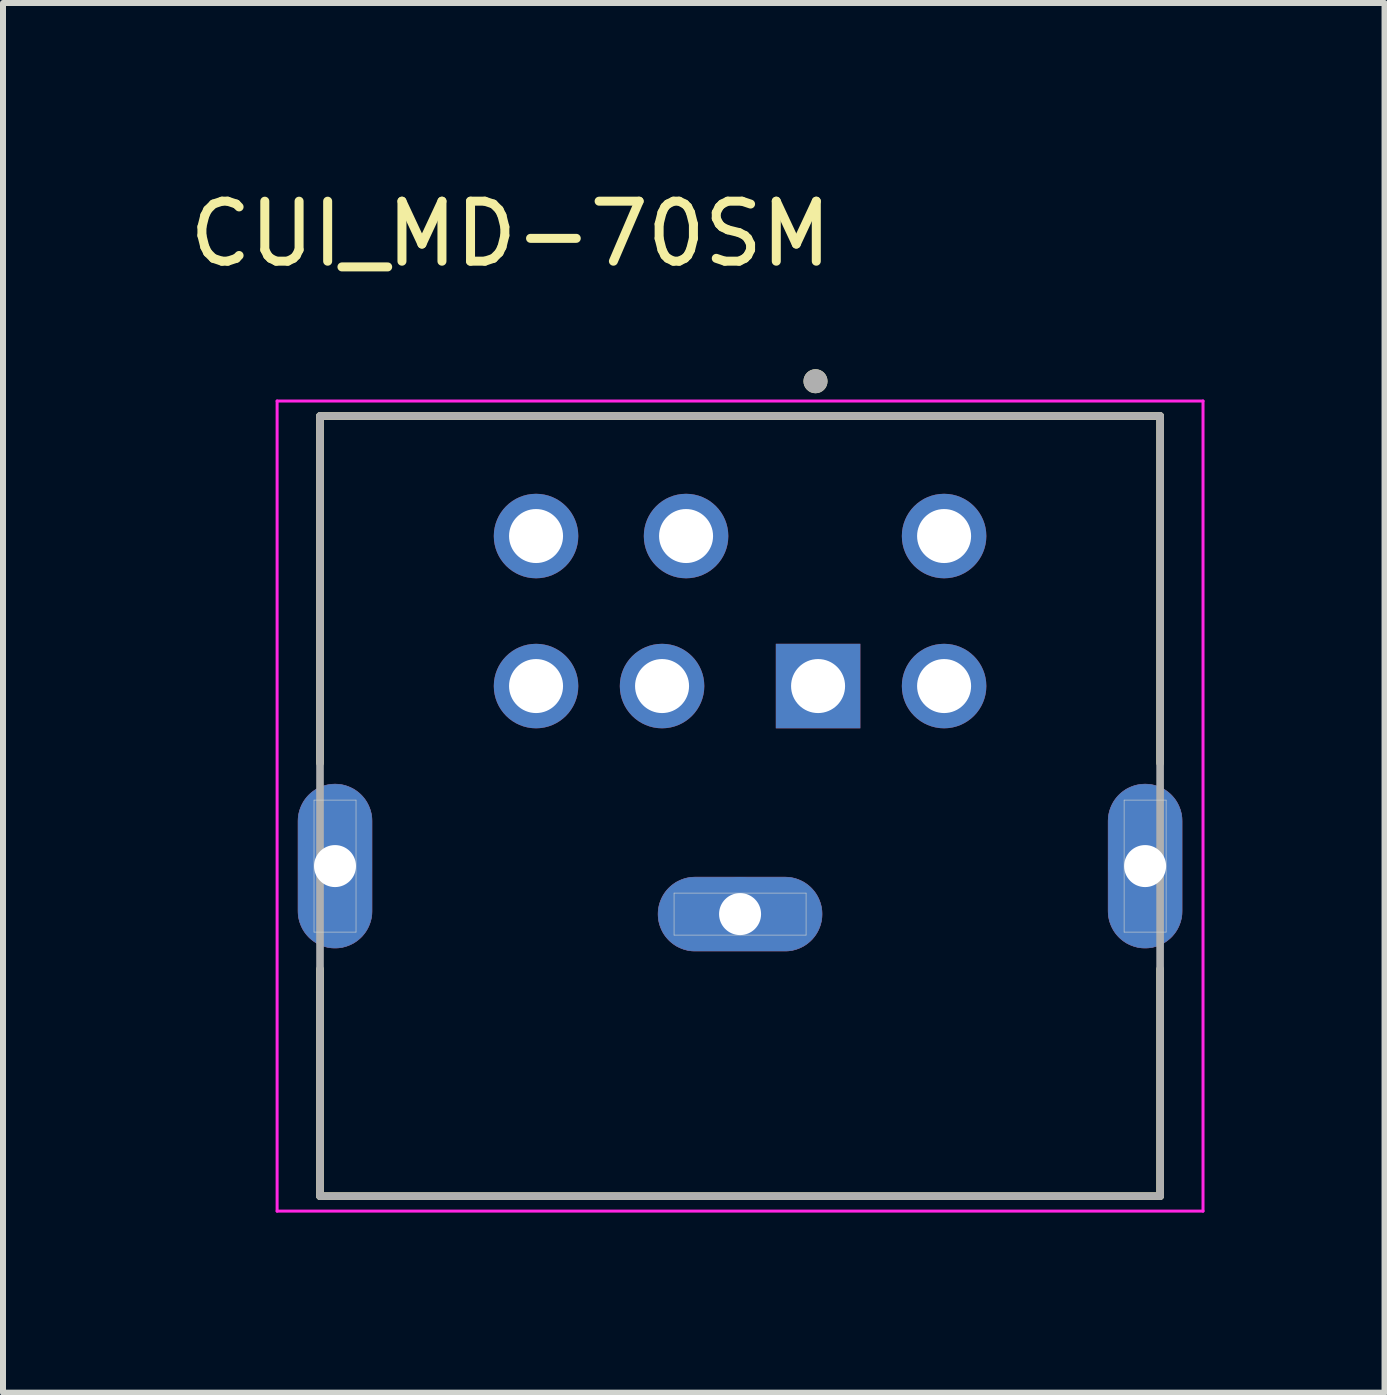
<source format=kicad_pcb>
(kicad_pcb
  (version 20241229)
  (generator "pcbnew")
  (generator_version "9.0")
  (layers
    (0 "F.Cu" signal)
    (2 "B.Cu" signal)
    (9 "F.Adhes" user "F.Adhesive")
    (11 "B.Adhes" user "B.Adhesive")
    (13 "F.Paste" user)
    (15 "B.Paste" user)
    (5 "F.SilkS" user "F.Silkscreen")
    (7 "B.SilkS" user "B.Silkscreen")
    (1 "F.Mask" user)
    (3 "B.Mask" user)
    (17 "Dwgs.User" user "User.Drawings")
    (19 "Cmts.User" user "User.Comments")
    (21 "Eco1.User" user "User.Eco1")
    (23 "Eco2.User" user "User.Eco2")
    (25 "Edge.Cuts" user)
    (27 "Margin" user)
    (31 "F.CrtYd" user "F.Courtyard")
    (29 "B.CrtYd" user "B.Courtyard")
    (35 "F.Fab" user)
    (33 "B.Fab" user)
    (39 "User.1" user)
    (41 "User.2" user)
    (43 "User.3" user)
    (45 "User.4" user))
  (footprint "CUI_MD-70SM"
    (layer "F.Cu")
    (at 9.283 12.183)
    (property "Reference" "CUI_MD-70SM" (at -3.825 -11.335 0) (layer "F.SilkS") (effects (font (size 1 1) (thickness 0.15))))
    (attr through_hole)
    (fp_poly (pts (xy -6.135 -1.55) (xy -6.135 -0.05) (xy -6.136 -0.018) (xy -6.138 0.014) (xy -6.143 0.046) (xy -6.148 0.078) (xy -6.156 0.109) (xy -6.165 0.14) (xy -6.176 0.17) (xy -6.188 0.2) (xy -6.202 0.229) (xy -6.217 0.257) (xy -6.234 0.285) (xy -6.252 0.311) (xy -6.272 0.337) (xy -6.293 0.362) (xy -6.315 0.385) (xy -6.338 0.407) (xy -6.363 0.428) (xy -6.389 0.448) (xy -6.415 0.466) (xy -6.442 0.483) (xy -6.471 0.498) (xy -6.5 0.512) (xy -6.53 0.524) (xy -6.56 0.535) (xy -6.591 0.544) (xy -6.622 0.552) (xy -6.654 0.557) (xy -6.686 0.562) (xy -6.718 0.564) (xy -6.75 0.565) (xy -6.782 0.564) (xy -6.814 0.562) (xy -6.846 0.557) (xy -6.878 0.552) (xy -6.909 0.544) (xy -6.94 0.535) (xy -6.97 0.524) (xy -7 0.512) (xy -7.029 0.498) (xy -7.058 0.483) (xy -7.085 0.466) (xy -7.111 0.448) (xy -7.137 0.428) (xy -7.162 0.407) (xy -7.185 0.385) (xy -7.207 0.362) (xy -7.228 0.337) (xy -7.248 0.311) (xy -7.266 0.285) (xy -7.283 0.257) (xy -7.298 0.229) (xy -7.312 0.2) (xy -7.324 0.17) (xy -7.335 0.14) (xy -7.344 0.109) (xy -7.352 0.078) (xy -7.357 0.046) (xy -7.362 0.014) (xy -7.364 -0.018) (xy -7.365 -0.05) (xy -7.365 -1.55) (xy -7.364 -1.582) (xy -7.362 -1.614) (xy -7.357 -1.646) (xy -7.352 -1.678) (xy -7.344 -1.709) (xy -7.335 -1.74) (xy -7.324 -1.77) (xy -7.312 -1.8) (xy -7.298 -1.829) (xy -7.283 -1.857) (xy -7.266 -1.885) (xy -7.248 -1.911) (xy -7.228 -1.937) (xy -7.207 -1.962) (xy -7.185 -1.985) (xy -7.162 -2.007) (xy -7.137 -2.028) (xy -7.111 -2.048) (xy -7.085 -2.066) (xy -7.058 -2.083) (xy -7.029 -2.098) (xy -7 -2.112) (xy -6.97 -2.124) (xy -6.94 -2.135) (xy -6.909 -2.144) (xy -6.878 -2.152) (xy -6.846 -2.157) (xy -6.814 -2.162) (xy -6.782 -2.164) (xy -6.75 -2.165) (xy -6.718 -2.164) (xy -6.686 -2.162) (xy -6.654 -2.157) (xy -6.622 -2.152) (xy -6.591 -2.144) (xy -6.56 -2.135) (xy -6.53 -2.124) (xy -6.5 -2.112) (xy -6.471 -2.098) (xy -6.442 -2.083) (xy -6.415 -2.066) (xy -6.389 -2.048) (xy -6.363 -2.028) (xy -6.338 -2.007) (xy -6.315 -1.985) (xy -6.293 -1.962) (xy -6.272 -1.937) (xy -6.252 -1.911) (xy -6.234 -1.885) (xy -6.217 -1.857) (xy -6.202 -1.829) (xy -6.188 -1.8) (xy -6.176 -1.77) (xy -6.165 -1.74) (xy -6.156 -1.709) (xy -6.148 -1.678) (xy -6.143 -1.646) (xy -6.138 -1.614) (xy -6.136 -1.582) (xy -6.135 -1.55)) (stroke (width 0.01) (type solid)) (fill yes) (layer "F.Cu"))
    (fp_poly (pts (xy 7.365 -1.55) (xy 7.365 -0.05) (xy 7.364 -0.018) (xy 7.362 0.014) (xy 7.357 0.046) (xy 7.352 0.078) (xy 7.344 0.109) (xy 7.335 0.14) (xy 7.324 0.17) (xy 7.312 0.2) (xy 7.298 0.229) (xy 7.283 0.257) (xy 7.266 0.285) (xy 7.248 0.311) (xy 7.228 0.337) (xy 7.207 0.362) (xy 7.185 0.385) (xy 7.162 0.407) (xy 7.137 0.428) (xy 7.111 0.448) (xy 7.085 0.466) (xy 7.058 0.483) (xy 7.029 0.498) (xy 7 0.512) (xy 6.97 0.524) (xy 6.94 0.535) (xy 6.909 0.544) (xy 6.878 0.552) (xy 6.846 0.557) (xy 6.814 0.562) (xy 6.782 0.564) (xy 6.75 0.565) (xy 6.718 0.564) (xy 6.686 0.562) (xy 6.654 0.557) (xy 6.622 0.552) (xy 6.591 0.544) (xy 6.56 0.535) (xy 6.53 0.524) (xy 6.5 0.512) (xy 6.471 0.498) (xy 6.442 0.483) (xy 6.415 0.466) (xy 6.389 0.448) (xy 6.363 0.428) (xy 6.338 0.407) (xy 6.315 0.385) (xy 6.293 0.362) (xy 6.272 0.337) (xy 6.252 0.311) (xy 6.234 0.285) (xy 6.217 0.257) (xy 6.202 0.229) (xy 6.188 0.2) (xy 6.176 0.17) (xy 6.165 0.14) (xy 6.156 0.109) (xy 6.148 0.078) (xy 6.143 0.046) (xy 6.138 0.014) (xy 6.136 -0.018) (xy 6.135 -0.05) (xy 6.135 -1.55) (xy 6.136 -1.582) (xy 6.138 -1.614) (xy 6.143 -1.646) (xy 6.148 -1.678) (xy 6.156 -1.709) (xy 6.165 -1.74) (xy 6.176 -1.77) (xy 6.188 -1.8) (xy 6.202 -1.829) (xy 6.217 -1.857) (xy 6.234 -1.885) (xy 6.252 -1.911) (xy 6.272 -1.937) (xy 6.293 -1.962) (xy 6.315 -1.985) (xy 6.338 -2.007) (xy 6.363 -2.028) (xy 6.389 -2.048) (xy 6.415 -2.066) (xy 6.442 -2.083) (xy 6.471 -2.098) (xy 6.5 -2.112) (xy 6.53 -2.124) (xy 6.56 -2.135) (xy 6.591 -2.144) (xy 6.622 -2.152) (xy 6.654 -2.157) (xy 6.686 -2.162) (xy 6.718 -2.164) (xy 6.75 -2.165) (xy 6.782 -2.164) (xy 6.814 -2.162) (xy 6.846 -2.157) (xy 6.878 -2.152) (xy 6.909 -2.144) (xy 6.94 -2.135) (xy 6.97 -2.124) (xy 7 -2.112) (xy 7.029 -2.098) (xy 7.058 -2.083) (xy 7.085 -2.066) (xy 7.111 -2.048) (xy 7.137 -2.028) (xy 7.162 -2.007) (xy 7.185 -1.985) (xy 7.207 -1.962) (xy 7.228 -1.937) (xy 7.248 -1.911) (xy 7.266 -1.885) (xy 7.283 -1.857) (xy 7.298 -1.829) (xy 7.312 -1.8) (xy 7.324 -1.77) (xy 7.335 -1.74) (xy 7.344 -1.709) (xy 7.352 -1.678) (xy 7.357 -1.646) (xy 7.362 -1.614) (xy 7.364 -1.582) (xy 7.365 -1.55)) (stroke (width 0.01) (type solid)) (fill yes) (layer "F.Cu"))
    (fp_poly (pts (xy 0 0.615) (xy -0.75 0.615) (xy -0.782 0.614) (xy -0.814 0.612) (xy -0.846 0.607) (xy -0.878 0.602) (xy -0.909 0.594) (xy -0.94 0.585) (xy -0.97 0.574) (xy -1 0.562) (xy -1.029 0.548) (xy -1.058 0.533) (xy -1.085 0.516) (xy -1.111 0.498) (xy -1.137 0.478) (xy -1.162 0.457) (xy -1.185 0.435) (xy -1.207 0.412) (xy -1.228 0.387) (xy -1.248 0.361) (xy -1.266 0.335) (xy -1.283 0.308) (xy -1.298 0.279) (xy -1.312 0.25) (xy -1.324 0.22) (xy -1.335 0.19) (xy -1.344 0.159) (xy -1.352 0.128) (xy -1.357 0.096) (xy -1.362 0.064) (xy -1.364 0.032) (xy -1.365 0) (xy -1.364 -0.032) (xy -1.362 -0.064) (xy -1.357 -0.096) (xy -1.352 -0.128) (xy -1.344 -0.159) (xy -1.335 -0.19) (xy -1.324 -0.22) (xy -1.312 -0.25) (xy -1.298 -0.279) (xy -1.283 -0.307) (xy -1.266 -0.335) (xy -1.248 -0.361) (xy -1.228 -0.387) (xy -1.207 -0.412) (xy -1.185 -0.435) (xy -1.162 -0.457) (xy -1.137 -0.478) (xy -1.111 -0.498) (xy -1.085 -0.516) (xy -1.058 -0.533) (xy -1.029 -0.548) (xy -1 -0.562) (xy -0.97 -0.574) (xy -0.94 -0.585) (xy -0.909 -0.594) (xy -0.878 -0.602) (xy -0.846 -0.607) (xy -0.814 -0.612) (xy -0.782 -0.614) (xy -0.75 -0.615) (xy 0 -0.615) (xy 0.75 -0.615) (xy 0.782 -0.614) (xy 0.814 -0.612) (xy 0.846 -0.607) (xy 0.878 -0.602) (xy 0.909 -0.594) (xy 0.94 -0.585) (xy 0.97 -0.574) (xy 1 -0.562) (xy 1.029 -0.548) (xy 1.058 -0.533) (xy 1.085 -0.516) (xy 1.111 -0.498) (xy 1.137 -0.478) (xy 1.162 -0.457) (xy 1.185 -0.435) (xy 1.207 -0.412) (xy 1.228 -0.387) (xy 1.248 -0.361) (xy 1.266 -0.335) (xy 1.283 -0.307) (xy 1.298 -0.279) (xy 1.312 -0.25) (xy 1.324 -0.22) (xy 1.335 -0.19) (xy 1.344 -0.159) (xy 1.352 -0.128) (xy 1.357 -0.096) (xy 1.362 -0.064) (xy 1.364 -0.032) (xy 1.365 0) (xy 1.364 0.032) (xy 1.362 0.064) (xy 1.357 0.096) (xy 1.352 0.128) (xy 1.344 0.159) (xy 1.335 0.19) (xy 1.324 0.22) (xy 1.312 0.25) (xy 1.298 0.279) (xy 1.283 0.307) (xy 1.266 0.335) (xy 1.248 0.361) (xy 1.228 0.387) (xy 1.207 0.412) (xy 1.185 0.435) (xy 1.162 0.457) (xy 1.137 0.478) (xy 1.111 0.498) (xy 1.085 0.516) (xy 1.058 0.533) (xy 1.029 0.548) (xy 1 0.562) (xy 0.97 0.574) (xy 0.94 0.585) (xy 0.909 0.594) (xy 0.878 0.602) (xy 0.846 0.607) (xy 0.814 0.612) (xy 0.782 0.614) (xy 0.75 0.615) (xy 0 0.615)) (stroke (width 0.01) (type solid)) (fill yes) (layer "F.Cu"))
    (fp_poly (pts (xy -6.035 -1.55) (xy -6.035 -0.05) (xy -6.036 -0.013) (xy -6.039 0.025) (xy -6.044 0.062) (xy -6.051 0.099) (xy -6.059 0.135) (xy -6.07 0.171) (xy -6.082 0.206) (xy -6.097 0.241) (xy -6.113 0.275) (xy -6.131 0.308) (xy -6.15 0.339) (xy -6.172 0.37) (xy -6.194 0.4) (xy -6.219 0.428) (xy -6.244 0.456) (xy -6.272 0.481) (xy -6.3 0.506) (xy -6.33 0.528) (xy -6.361 0.55) (xy -6.393 0.569) (xy -6.425 0.587) (xy -6.459 0.603) (xy -6.494 0.618) (xy -6.529 0.63) (xy -6.565 0.641) (xy -6.601 0.649) (xy -6.638 0.656) (xy -6.675 0.661) (xy -6.713 0.664) (xy -6.75 0.665) (xy -6.787 0.664) (xy -6.825 0.661) (xy -6.862 0.656) (xy -6.899 0.649) (xy -6.935 0.641) (xy -6.971 0.63) (xy -7.006 0.618) (xy -7.041 0.603) (xy -7.075 0.587) (xy -7.108 0.569) (xy -7.139 0.55) (xy -7.17 0.528) (xy -7.2 0.506) (xy -7.228 0.481) (xy -7.256 0.456) (xy -7.281 0.428) (xy -7.306 0.4) (xy -7.328 0.37) (xy -7.35 0.339) (xy -7.369 0.308) (xy -7.387 0.275) (xy -7.403 0.241) (xy -7.418 0.206) (xy -7.43 0.171) (xy -7.441 0.135) (xy -7.449 0.099) (xy -7.456 0.062) (xy -7.461 0.025) (xy -7.464 -0.013) (xy -7.465 -0.05) (xy -7.465 -1.55) (xy -7.464 -1.587) (xy -7.461 -1.625) (xy -7.456 -1.662) (xy -7.449 -1.699) (xy -7.441 -1.735) (xy -7.43 -1.771) (xy -7.418 -1.806) (xy -7.403 -1.841) (xy -7.387 -1.875) (xy -7.369 -1.908) (xy -7.35 -1.939) (xy -7.328 -1.97) (xy -7.306 -2) (xy -7.281 -2.028) (xy -7.256 -2.056) (xy -7.228 -2.081) (xy -7.2 -2.106) (xy -7.17 -2.128) (xy -7.139 -2.15) (xy -7.107 -2.169) (xy -7.075 -2.187) (xy -7.041 -2.203) (xy -7.006 -2.218) (xy -6.971 -2.23) (xy -6.935 -2.241) (xy -6.899 -2.249) (xy -6.862 -2.256) (xy -6.825 -2.261) (xy -6.787 -2.264) (xy -6.75 -2.265) (xy -6.713 -2.264) (xy -6.675 -2.261) (xy -6.638 -2.256) (xy -6.601 -2.249) (xy -6.565 -2.241) (xy -6.529 -2.23) (xy -6.494 -2.218) (xy -6.459 -2.203) (xy -6.425 -2.187) (xy -6.393 -2.169) (xy -6.361 -2.15) (xy -6.33 -2.128) (xy -6.3 -2.106) (xy -6.272 -2.081) (xy -6.244 -2.056) (xy -6.219 -2.028) (xy -6.194 -2) (xy -6.172 -1.97) (xy -6.15 -1.939) (xy -6.131 -1.908) (xy -6.113 -1.875) (xy -6.097 -1.841) (xy -6.082 -1.806) (xy -6.07 -1.771) (xy -6.059 -1.735) (xy -6.051 -1.699) (xy -6.044 -1.662) (xy -6.039 -1.625) (xy -6.036 -1.587) (xy -6.035 -1.55)) (stroke (width 0.01) (type solid)) (fill yes) (layer "F.Mask"))
    (fp_poly (pts (xy 7.465 -1.55) (xy 7.465 -0.05) (xy 7.464 -0.013) (xy 7.461 0.025) (xy 7.456 0.062) (xy 7.449 0.099) (xy 7.441 0.135) (xy 7.43 0.171) (xy 7.418 0.206) (xy 7.403 0.241) (xy 7.387 0.275) (xy 7.369 0.308) (xy 7.35 0.339) (xy 7.328 0.37) (xy 7.306 0.4) (xy 7.281 0.428) (xy 7.256 0.456) (xy 7.228 0.481) (xy 7.2 0.506) (xy 7.17 0.528) (xy 7.139 0.55) (xy 7.107 0.569) (xy 7.075 0.587) (xy 7.041 0.603) (xy 7.006 0.618) (xy 6.971 0.63) (xy 6.935 0.641) (xy 6.899 0.649) (xy 6.862 0.656) (xy 6.825 0.661) (xy 6.787 0.664) (xy 6.75 0.665) (xy 6.713 0.664) (xy 6.675 0.661) (xy 6.638 0.656) (xy 6.601 0.649) (xy 6.565 0.641) (xy 6.529 0.63) (xy 6.494 0.618) (xy 6.459 0.603) (xy 6.425 0.587) (xy 6.392 0.569) (xy 6.361 0.55) (xy 6.33 0.528) (xy 6.3 0.506) (xy 6.272 0.481) (xy 6.244 0.456) (xy 6.219 0.428) (xy 6.194 0.4) (xy 6.172 0.37) (xy 6.15 0.339) (xy 6.131 0.308) (xy 6.113 0.275) (xy 6.097 0.241) (xy 6.082 0.206) (xy 6.07 0.171) (xy 6.059 0.135) (xy 6.051 0.099) (xy 6.044 0.062) (xy 6.039 0.025) (xy 6.036 -0.013) (xy 6.035 -0.05) (xy 6.035 -1.55) (xy 6.036 -1.587) (xy 6.039 -1.625) (xy 6.044 -1.662) (xy 6.051 -1.699) (xy 6.059 -1.735) (xy 6.07 -1.771) (xy 6.082 -1.806) (xy 6.097 -1.841) (xy 6.113 -1.875) (xy 6.131 -1.908) (xy 6.15 -1.939) (xy 6.172 -1.97) (xy 6.194 -2) (xy 6.219 -2.028) (xy 6.244 -2.056) (xy 6.272 -2.081) (xy 6.3 -2.106) (xy 6.33 -2.128) (xy 6.361 -2.15) (xy 6.393 -2.169) (xy 6.425 -2.187) (xy 6.459 -2.203) (xy 6.494 -2.218) (xy 6.529 -2.23) (xy 6.565 -2.241) (xy 6.601 -2.249) (xy 6.638 -2.256) (xy 6.675 -2.261) (xy 6.713 -2.264) (xy 6.75 -2.265) (xy 6.787 -2.264) (xy 6.825 -2.261) (xy 6.862 -2.256) (xy 6.899 -2.249) (xy 6.935 -2.241) (xy 6.971 -2.23) (xy 7.006 -2.218) (xy 7.041 -2.203) (xy 7.075 -2.187) (xy 7.107 -2.169) (xy 7.139 -2.15) (xy 7.17 -2.128) (xy 7.2 -2.106) (xy 7.228 -2.081) (xy 7.256 -2.056) (xy 7.281 -2.028) (xy 7.306 -2) (xy 7.328 -1.97) (xy 7.35 -1.939) (xy 7.369 -1.908) (xy 7.387 -1.875) (xy 7.403 -1.841) (xy 7.418 -1.806) (xy 7.43 -1.771) (xy 7.441 -1.735) (xy 7.449 -1.699) (xy 7.456 -1.662) (xy 7.461 -1.625) (xy 7.464 -1.587) (xy 7.465 -1.55)) (stroke (width 0.01) (type solid)) (fill yes) (layer "F.Mask"))
    (fp_poly (pts (xy 0 0.715) (xy -0.75 0.715) (xy -0.787 0.714) (xy -0.825 0.711) (xy -0.862 0.706) (xy -0.899 0.699) (xy -0.935 0.691) (xy -0.971 0.68) (xy -1.006 0.668) (xy -1.041 0.653) (xy -1.075 0.637) (xy -1.107 0.619) (xy -1.139 0.6) (xy -1.17 0.578) (xy -1.2 0.556) (xy -1.228 0.531) (xy -1.256 0.506) (xy -1.281 0.478) (xy -1.306 0.45) (xy -1.328 0.42) (xy -1.35 0.389) (xy -1.369 0.357) (xy -1.387 0.325) (xy -1.403 0.291) (xy -1.418 0.256) (xy -1.43 0.221) (xy -1.441 0.185) (xy -1.449 0.149) (xy -1.456 0.112) (xy -1.461 0.075) (xy -1.464 0.037) (xy -1.465 0) (xy -1.464 -0.037) (xy -1.461 -0.075) (xy -1.456 -0.112) (xy -1.449 -0.149) (xy -1.441 -0.185) (xy -1.43 -0.221) (xy -1.418 -0.256) (xy -1.403 -0.291) (xy -1.387 -0.325) (xy -1.369 -0.357) (xy -1.35 -0.389) (xy -1.328 -0.42) (xy -1.306 -0.45) (xy -1.281 -0.478) (xy -1.256 -0.506) (xy -1.228 -0.531) (xy -1.2 -0.556) (xy -1.17 -0.578) (xy -1.139 -0.6) (xy -1.107 -0.619) (xy -1.075 -0.637) (xy -1.041 -0.653) (xy -1.006 -0.668) (xy -0.971 -0.68) (xy -0.935 -0.691) (xy -0.899 -0.699) (xy -0.862 -0.706) (xy -0.825 -0.711) (xy -0.787 -0.714) (xy -0.75 -0.715) (xy 0 -0.715) (xy 0.75 -0.715) (xy 0.787 -0.714) (xy 0.825 -0.711) (xy 0.862 -0.706) (xy 0.899 -0.699) (xy 0.935 -0.691) (xy 0.971 -0.68) (xy 1.006 -0.668) (xy 1.041 -0.653) (xy 1.075 -0.637) (xy 1.107 -0.619) (xy 1.139 -0.6) (xy 1.17 -0.578) (xy 1.2 -0.556) (xy 1.228 -0.531) (xy 1.256 -0.506) (xy 1.281 -0.478) (xy 1.306 -0.45) (xy 1.328 -0.42) (xy 1.35 -0.389) (xy 1.369 -0.357) (xy 1.387 -0.325) (xy 1.403 -0.291) (xy 1.418 -0.256) (xy 1.43 -0.221) (xy 1.441 -0.185) (xy 1.449 -0.149) (xy 1.456 -0.112) (xy 1.461 -0.075) (xy 1.464 -0.037) (xy 1.465 0) (xy 1.464 0.037) (xy 1.461 0.075) (xy 1.456 0.112) (xy 1.449 0.149) (xy 1.441 0.185) (xy 1.43 0.221) (xy 1.418 0.256) (xy 1.403 0.291) (xy 1.387 0.325) (xy 1.369 0.357) (xy 1.35 0.389) (xy 1.328 0.42) (xy 1.306 0.45) (xy 1.281 0.478) (xy 1.256 0.506) (xy 1.228 0.531) (xy 1.2 0.556) (xy 1.17 0.578) (xy 1.139 0.6) (xy 1.107 0.619) (xy 1.075 0.637) (xy 1.041 0.653) (xy 1.006 0.668) (xy 0.971 0.68) (xy 0.935 0.691) (xy 0.899 0.699) (xy 0.862 0.706) (xy 0.825 0.711) (xy 0.787 0.714) (xy 0.75 0.715) (xy 0 0.715)) (stroke (width 0.01) (type solid)) (fill yes) (layer "F.Mask"))
    (fp_poly (pts (xy -6.135 -1.55) (xy -6.135 -0.05) (xy -6.136 -0.018) (xy -6.138 0.014) (xy -6.143 0.046) (xy -6.148 0.078) (xy -6.156 0.109) (xy -6.165 0.14) (xy -6.176 0.17) (xy -6.188 0.2) (xy -6.202 0.229) (xy -6.217 0.257) (xy -6.234 0.285) (xy -6.252 0.311) (xy -6.272 0.337) (xy -6.293 0.362) (xy -6.315 0.385) (xy -6.338 0.407) (xy -6.363 0.428) (xy -6.389 0.448) (xy -6.415 0.466) (xy -6.442 0.483) (xy -6.471 0.498) (xy -6.5 0.512) (xy -6.53 0.524) (xy -6.56 0.535) (xy -6.591 0.544) (xy -6.622 0.552) (xy -6.654 0.557) (xy -6.686 0.562) (xy -6.718 0.564) (xy -6.75 0.565) (xy -6.782 0.564) (xy -6.814 0.562) (xy -6.846 0.557) (xy -6.878 0.552) (xy -6.909 0.544) (xy -6.94 0.535) (xy -6.97 0.524) (xy -7 0.512) (xy -7.029 0.498) (xy -7.058 0.483) (xy -7.085 0.466) (xy -7.111 0.448) (xy -7.137 0.428) (xy -7.162 0.407) (xy -7.185 0.385) (xy -7.207 0.362) (xy -7.228 0.337) (xy -7.248 0.311) (xy -7.266 0.285) (xy -7.283 0.257) (xy -7.298 0.229) (xy -7.312 0.2) (xy -7.324 0.17) (xy -7.335 0.14) (xy -7.344 0.109) (xy -7.352 0.078) (xy -7.357 0.046) (xy -7.362 0.014) (xy -7.364 -0.018) (xy -7.365 -0.05) (xy -7.365 -1.55) (xy -7.364 -1.582) (xy -7.362 -1.614) (xy -7.357 -1.646) (xy -7.352 -1.678) (xy -7.344 -1.709) (xy -7.335 -1.74) (xy -7.324 -1.77) (xy -7.312 -1.8) (xy -7.298 -1.829) (xy -7.283 -1.857) (xy -7.266 -1.885) (xy -7.248 -1.911) (xy -7.228 -1.937) (xy -7.207 -1.962) (xy -7.185 -1.985) (xy -7.162 -2.007) (xy -7.137 -2.028) (xy -7.111 -2.048) (xy -7.085 -2.066) (xy -7.058 -2.083) (xy -7.029 -2.098) (xy -7 -2.112) (xy -6.97 -2.124) (xy -6.94 -2.135) (xy -6.909 -2.144) (xy -6.878 -2.152) (xy -6.846 -2.157) (xy -6.814 -2.162) (xy -6.782 -2.164) (xy -6.75 -2.165) (xy -6.718 -2.164) (xy -6.686 -2.162) (xy -6.654 -2.157) (xy -6.622 -2.152) (xy -6.591 -2.144) (xy -6.56 -2.135) (xy -6.53 -2.124) (xy -6.5 -2.112) (xy -6.471 -2.098) (xy -6.442 -2.083) (xy -6.415 -2.066) (xy -6.389 -2.048) (xy -6.363 -2.028) (xy -6.338 -2.007) (xy -6.315 -1.985) (xy -6.293 -1.962) (xy -6.272 -1.937) (xy -6.252 -1.911) (xy -6.234 -1.885) (xy -6.217 -1.857) (xy -6.202 -1.829) (xy -6.188 -1.8) (xy -6.176 -1.77) (xy -6.165 -1.74) (xy -6.156 -1.709) (xy -6.148 -1.678) (xy -6.143 -1.646) (xy -6.138 -1.614) (xy -6.136 -1.582) (xy -6.135 -1.55)) (stroke (width 0.01) (type solid)) (fill yes) (layer "B.Cu"))
    (fp_poly (pts (xy 7.365 -1.55) (xy 7.365 -0.05) (xy 7.364 -0.018) (xy 7.362 0.014) (xy 7.357 0.046) (xy 7.352 0.078) (xy 7.344 0.109) (xy 7.335 0.14) (xy 7.324 0.17) (xy 7.312 0.2) (xy 7.298 0.229) (xy 7.283 0.257) (xy 7.266 0.285) (xy 7.248 0.311) (xy 7.228 0.337) (xy 7.207 0.362) (xy 7.185 0.385) (xy 7.162 0.407) (xy 7.137 0.428) (xy 7.111 0.448) (xy 7.085 0.466) (xy 7.058 0.483) (xy 7.029 0.498) (xy 7 0.512) (xy 6.97 0.524) (xy 6.94 0.535) (xy 6.909 0.544) (xy 6.878 0.552) (xy 6.846 0.557) (xy 6.814 0.562) (xy 6.782 0.564) (xy 6.75 0.565) (xy 6.718 0.564) (xy 6.686 0.562) (xy 6.654 0.557) (xy 6.622 0.552) (xy 6.591 0.544) (xy 6.56 0.535) (xy 6.53 0.524) (xy 6.5 0.512) (xy 6.471 0.498) (xy 6.442 0.483) (xy 6.415 0.466) (xy 6.389 0.448) (xy 6.363 0.428) (xy 6.338 0.407) (xy 6.315 0.385) (xy 6.293 0.362) (xy 6.272 0.337) (xy 6.252 0.311) (xy 6.234 0.285) (xy 6.217 0.257) (xy 6.202 0.229) (xy 6.188 0.2) (xy 6.176 0.17) (xy 6.165 0.14) (xy 6.156 0.109) (xy 6.148 0.078) (xy 6.143 0.046) (xy 6.138 0.014) (xy 6.136 -0.018) (xy 6.135 -0.05) (xy 6.135 -1.55) (xy 6.136 -1.582) (xy 6.138 -1.614) (xy 6.143 -1.646) (xy 6.148 -1.678) (xy 6.156 -1.709) (xy 6.165 -1.74) (xy 6.176 -1.77) (xy 6.188 -1.8) (xy 6.202 -1.829) (xy 6.217 -1.857) (xy 6.234 -1.885) (xy 6.252 -1.911) (xy 6.272 -1.937) (xy 6.293 -1.962) (xy 6.315 -1.985) (xy 6.338 -2.007) (xy 6.363 -2.028) (xy 6.389 -2.048) (xy 6.415 -2.066) (xy 6.442 -2.083) (xy 6.471 -2.098) (xy 6.5 -2.112) (xy 6.53 -2.124) (xy 6.56 -2.135) (xy 6.591 -2.144) (xy 6.622 -2.152) (xy 6.654 -2.157) (xy 6.686 -2.162) (xy 6.718 -2.164) (xy 6.75 -2.165) (xy 6.782 -2.164) (xy 6.814 -2.162) (xy 6.846 -2.157) (xy 6.878 -2.152) (xy 6.909 -2.144) (xy 6.94 -2.135) (xy 6.97 -2.124) (xy 7 -2.112) (xy 7.029 -2.098) (xy 7.058 -2.083) (xy 7.085 -2.066) (xy 7.111 -2.048) (xy 7.137 -2.028) (xy 7.162 -2.007) (xy 7.185 -1.985) (xy 7.207 -1.962) (xy 7.228 -1.937) (xy 7.248 -1.911) (xy 7.266 -1.885) (xy 7.283 -1.857) (xy 7.298 -1.829) (xy 7.312 -1.8) (xy 7.324 -1.77) (xy 7.335 -1.74) (xy 7.344 -1.709) (xy 7.352 -1.678) (xy 7.357 -1.646) (xy 7.362 -1.614) (xy 7.364 -1.582) (xy 7.365 -1.55)) (stroke (width 0.01) (type solid)) (fill yes) (layer "B.Cu"))
    (fp_poly (pts (xy 0 0.615) (xy -0.75 0.615) (xy -0.782 0.614) (xy -0.814 0.612) (xy -0.846 0.607) (xy -0.878 0.602) (xy -0.909 0.594) (xy -0.94 0.585) (xy -0.97 0.574) (xy -1 0.562) (xy -1.029 0.548) (xy -1.058 0.533) (xy -1.085 0.516) (xy -1.111 0.498) (xy -1.137 0.478) (xy -1.162 0.457) (xy -1.185 0.435) (xy -1.207 0.412) (xy -1.228 0.387) (xy -1.248 0.361) (xy -1.266 0.335) (xy -1.283 0.308) (xy -1.298 0.279) (xy -1.312 0.25) (xy -1.324 0.22) (xy -1.335 0.19) (xy -1.344 0.159) (xy -1.352 0.128) (xy -1.357 0.096) (xy -1.362 0.064) (xy -1.364 0.032) (xy -1.365 0) (xy -1.364 -0.032) (xy -1.362 -0.064) (xy -1.357 -0.096) (xy -1.352 -0.128) (xy -1.344 -0.159) (xy -1.335 -0.19) (xy -1.324 -0.22) (xy -1.312 -0.25) (xy -1.298 -0.279) (xy -1.283 -0.307) (xy -1.266 -0.335) (xy -1.248 -0.361) (xy -1.228 -0.387) (xy -1.207 -0.412) (xy -1.185 -0.435) (xy -1.162 -0.457) (xy -1.137 -0.478) (xy -1.111 -0.498) (xy -1.085 -0.516) (xy -1.058 -0.533) (xy -1.029 -0.548) (xy -1 -0.562) (xy -0.97 -0.574) (xy -0.94 -0.585) (xy -0.909 -0.594) (xy -0.878 -0.602) (xy -0.846 -0.607) (xy -0.814 -0.612) (xy -0.782 -0.614) (xy -0.75 -0.615) (xy 0 -0.615) (xy 0.75 -0.615) (xy 0.782 -0.614) (xy 0.814 -0.612) (xy 0.846 -0.607) (xy 0.878 -0.602) (xy 0.909 -0.594) (xy 0.94 -0.585) (xy 0.97 -0.574) (xy 1 -0.562) (xy 1.029 -0.548) (xy 1.058 -0.533) (xy 1.085 -0.516) (xy 1.111 -0.498) (xy 1.137 -0.478) (xy 1.162 -0.457) (xy 1.185 -0.435) (xy 1.207 -0.412) (xy 1.228 -0.387) (xy 1.248 -0.361) (xy 1.266 -0.335) (xy 1.283 -0.307) (xy 1.298 -0.279) (xy 1.312 -0.25) (xy 1.324 -0.22) (xy 1.335 -0.19) (xy 1.344 -0.159) (xy 1.352 -0.128) (xy 1.357 -0.096) (xy 1.362 -0.064) (xy 1.364 -0.032) (xy 1.365 0) (xy 1.364 0.032) (xy 1.362 0.064) (xy 1.357 0.096) (xy 1.352 0.128) (xy 1.344 0.159) (xy 1.335 0.19) (xy 1.324 0.22) (xy 1.312 0.25) (xy 1.298 0.279) (xy 1.283 0.307) (xy 1.266 0.335) (xy 1.248 0.361) (xy 1.228 0.387) (xy 1.207 0.412) (xy 1.185 0.435) (xy 1.162 0.457) (xy 1.137 0.478) (xy 1.111 0.498) (xy 1.085 0.516) (xy 1.058 0.533) (xy 1.029 0.548) (xy 1 0.562) (xy 0.97 0.574) (xy 0.94 0.585) (xy 0.909 0.594) (xy 0.878 0.602) (xy 0.846 0.607) (xy 0.814 0.612) (xy 0.782 0.614) (xy 0.75 0.615) (xy 0 0.615)) (stroke (width 0.01) (type solid)) (fill yes) (layer "B.Cu"))
    (fp_poly (pts (xy -6.035 -1.55) (xy -6.035 -0.05) (xy -6.036 -0.013) (xy -6.039 0.025) (xy -6.044 0.062) (xy -6.051 0.099) (xy -6.059 0.135) (xy -6.07 0.171) (xy -6.082 0.206) (xy -6.097 0.241) (xy -6.113 0.275) (xy -6.131 0.308) (xy -6.15 0.339) (xy -6.172 0.37) (xy -6.194 0.4) (xy -6.219 0.428) (xy -6.244 0.456) (xy -6.272 0.481) (xy -6.3 0.506) (xy -6.33 0.528) (xy -6.361 0.55) (xy -6.393 0.569) (xy -6.425 0.587) (xy -6.459 0.603) (xy -6.494 0.618) (xy -6.529 0.63) (xy -6.565 0.641) (xy -6.601 0.649) (xy -6.638 0.656) (xy -6.675 0.661) (xy -6.713 0.664) (xy -6.75 0.665) (xy -6.787 0.664) (xy -6.825 0.661) (xy -6.862 0.656) (xy -6.899 0.649) (xy -6.935 0.641) (xy -6.971 0.63) (xy -7.006 0.618) (xy -7.041 0.603) (xy -7.075 0.587) (xy -7.108 0.569) (xy -7.139 0.55) (xy -7.17 0.528) (xy -7.2 0.506) (xy -7.228 0.481) (xy -7.256 0.456) (xy -7.281 0.428) (xy -7.306 0.4) (xy -7.328 0.37) (xy -7.35 0.339) (xy -7.369 0.308) (xy -7.387 0.275) (xy -7.403 0.241) (xy -7.418 0.206) (xy -7.43 0.171) (xy -7.441 0.135) (xy -7.449 0.099) (xy -7.456 0.062) (xy -7.461 0.025) (xy -7.464 -0.013) (xy -7.465 -0.05) (xy -7.465 -1.55) (xy -7.464 -1.587) (xy -7.461 -1.625) (xy -7.456 -1.662) (xy -7.449 -1.699) (xy -7.441 -1.735) (xy -7.43 -1.771) (xy -7.418 -1.806) (xy -7.403 -1.841) (xy -7.387 -1.875) (xy -7.369 -1.908) (xy -7.35 -1.939) (xy -7.328 -1.97) (xy -7.306 -2) (xy -7.281 -2.028) (xy -7.256 -2.056) (xy -7.228 -2.081) (xy -7.2 -2.106) (xy -7.17 -2.128) (xy -7.139 -2.15) (xy -7.107 -2.169) (xy -7.075 -2.187) (xy -7.041 -2.203) (xy -7.006 -2.218) (xy -6.971 -2.23) (xy -6.935 -2.241) (xy -6.899 -2.249) (xy -6.862 -2.256) (xy -6.825 -2.261) (xy -6.787 -2.264) (xy -6.75 -2.265) (xy -6.713 -2.264) (xy -6.675 -2.261) (xy -6.638 -2.256) (xy -6.601 -2.249) (xy -6.565 -2.241) (xy -6.529 -2.23) (xy -6.494 -2.218) (xy -6.459 -2.203) (xy -6.425 -2.187) (xy -6.393 -2.169) (xy -6.361 -2.15) (xy -6.33 -2.128) (xy -6.3 -2.106) (xy -6.272 -2.081) (xy -6.244 -2.056) (xy -6.219 -2.028) (xy -6.194 -2) (xy -6.172 -1.97) (xy -6.15 -1.939) (xy -6.131 -1.908) (xy -6.113 -1.875) (xy -6.097 -1.841) (xy -6.082 -1.806) (xy -6.07 -1.771) (xy -6.059 -1.735) (xy -6.051 -1.699) (xy -6.044 -1.662) (xy -6.039 -1.625) (xy -6.036 -1.587) (xy -6.035 -1.55)) (stroke (width 0.01) (type solid)) (fill yes) (layer "B.Mask"))
    (fp_poly (pts (xy 7.465 -1.55) (xy 7.465 -0.05) (xy 7.464 -0.013) (xy 7.461 0.025) (xy 7.456 0.062) (xy 7.449 0.099) (xy 7.441 0.135) (xy 7.43 0.171) (xy 7.418 0.206) (xy 7.403 0.241) (xy 7.387 0.275) (xy 7.369 0.308) (xy 7.35 0.339) (xy 7.328 0.37) (xy 7.306 0.4) (xy 7.281 0.428) (xy 7.256 0.456) (xy 7.228 0.481) (xy 7.2 0.506) (xy 7.17 0.528) (xy 7.139 0.55) (xy 7.107 0.569) (xy 7.075 0.587) (xy 7.041 0.603) (xy 7.006 0.618) (xy 6.971 0.63) (xy 6.935 0.641) (xy 6.899 0.649) (xy 6.862 0.656) (xy 6.825 0.661) (xy 6.787 0.664) (xy 6.75 0.665) (xy 6.713 0.664) (xy 6.675 0.661) (xy 6.638 0.656) (xy 6.601 0.649) (xy 6.565 0.641) (xy 6.529 0.63) (xy 6.494 0.618) (xy 6.459 0.603) (xy 6.425 0.587) (xy 6.392 0.569) (xy 6.361 0.55) (xy 6.33 0.528) (xy 6.3 0.506) (xy 6.272 0.481) (xy 6.244 0.456) (xy 6.219 0.428) (xy 6.194 0.4) (xy 6.172 0.37) (xy 6.15 0.339) (xy 6.131 0.308) (xy 6.113 0.275) (xy 6.097 0.241) (xy 6.082 0.206) (xy 6.07 0.171) (xy 6.059 0.135) (xy 6.051 0.099) (xy 6.044 0.062) (xy 6.039 0.025) (xy 6.036 -0.013) (xy 6.035 -0.05) (xy 6.035 -1.55) (xy 6.036 -1.587) (xy 6.039 -1.625) (xy 6.044 -1.662) (xy 6.051 -1.699) (xy 6.059 -1.735) (xy 6.07 -1.771) (xy 6.082 -1.806) (xy 6.097 -1.841) (xy 6.113 -1.875) (xy 6.131 -1.908) (xy 6.15 -1.939) (xy 6.172 -1.97) (xy 6.194 -2) (xy 6.219 -2.028) (xy 6.244 -2.056) (xy 6.272 -2.081) (xy 6.3 -2.106) (xy 6.33 -2.128) (xy 6.361 -2.15) (xy 6.393 -2.169) (xy 6.425 -2.187) (xy 6.459 -2.203) (xy 6.494 -2.218) (xy 6.529 -2.23) (xy 6.565 -2.241) (xy 6.601 -2.249) (xy 6.638 -2.256) (xy 6.675 -2.261) (xy 6.713 -2.264) (xy 6.75 -2.265) (xy 6.787 -2.264) (xy 6.825 -2.261) (xy 6.862 -2.256) (xy 6.899 -2.249) (xy 6.935 -2.241) (xy 6.971 -2.23) (xy 7.006 -2.218) (xy 7.041 -2.203) (xy 7.075 -2.187) (xy 7.107 -2.169) (xy 7.139 -2.15) (xy 7.17 -2.128) (xy 7.2 -2.106) (xy 7.228 -2.081) (xy 7.256 -2.056) (xy 7.281 -2.028) (xy 7.306 -2) (xy 7.328 -1.97) (xy 7.35 -1.939) (xy 7.369 -1.908) (xy 7.387 -1.875) (xy 7.403 -1.841) (xy 7.418 -1.806) (xy 7.43 -1.771) (xy 7.441 -1.735) (xy 7.449 -1.699) (xy 7.456 -1.662) (xy 7.461 -1.625) (xy 7.464 -1.587) (xy 7.465 -1.55)) (stroke (width 0.01) (type solid)) (fill yes) (layer "B.Mask"))
    (fp_poly (pts (xy 0 0.715) (xy -0.75 0.715) (xy -0.787 0.714) (xy -0.825 0.711) (xy -0.862 0.706) (xy -0.899 0.699) (xy -0.935 0.691) (xy -0.971 0.68) (xy -1.006 0.668) (xy -1.041 0.653) (xy -1.075 0.637) (xy -1.107 0.619) (xy -1.139 0.6) (xy -1.17 0.578) (xy -1.2 0.556) (xy -1.228 0.531) (xy -1.256 0.506) (xy -1.281 0.478) (xy -1.306 0.45) (xy -1.328 0.42) (xy -1.35 0.389) (xy -1.369 0.357) (xy -1.387 0.325) (xy -1.403 0.291) (xy -1.418 0.256) (xy -1.43 0.221) (xy -1.441 0.185) (xy -1.449 0.149) (xy -1.456 0.112) (xy -1.461 0.075) (xy -1.464 0.037) (xy -1.465 0) (xy -1.464 -0.037) (xy -1.461 -0.075) (xy -1.456 -0.112) (xy -1.449 -0.149) (xy -1.441 -0.185) (xy -1.43 -0.221) (xy -1.418 -0.256) (xy -1.403 -0.291) (xy -1.387 -0.325) (xy -1.369 -0.357) (xy -1.35 -0.389) (xy -1.328 -0.42) (xy -1.306 -0.45) (xy -1.281 -0.478) (xy -1.256 -0.506) (xy -1.228 -0.531) (xy -1.2 -0.556) (xy -1.17 -0.578) (xy -1.139 -0.6) (xy -1.107 -0.619) (xy -1.075 -0.637) (xy -1.041 -0.653) (xy -1.006 -0.668) (xy -0.971 -0.68) (xy -0.935 -0.691) (xy -0.899 -0.699) (xy -0.862 -0.706) (xy -0.825 -0.711) (xy -0.787 -0.714) (xy -0.75 -0.715) (xy 0 -0.715) (xy 0.75 -0.715) (xy 0.787 -0.714) (xy 0.825 -0.711) (xy 0.862 -0.706) (xy 0.899 -0.699) (xy 0.935 -0.691) (xy 0.971 -0.68) (xy 1.006 -0.668) (xy 1.041 -0.653) (xy 1.075 -0.637) (xy 1.107 -0.619) (xy 1.139 -0.6) (xy 1.17 -0.578) (xy 1.2 -0.556) (xy 1.228 -0.531) (xy 1.256 -0.506) (xy 1.281 -0.478) (xy 1.306 -0.45) (xy 1.328 -0.42) (xy 1.35 -0.389) (xy 1.369 -0.357) (xy 1.387 -0.325) (xy 1.403 -0.291) (xy 1.418 -0.256) (xy 1.43 -0.221) (xy 1.441 -0.185) (xy 1.449 -0.149) (xy 1.456 -0.112) (xy 1.461 -0.075) (xy 1.464 -0.037) (xy 1.465 0) (xy 1.464 0.037) (xy 1.461 0.075) (xy 1.456 0.112) (xy 1.449 0.149) (xy 1.441 0.185) (xy 1.43 0.221) (xy 1.418 0.256) (xy 1.403 0.291) (xy 1.387 0.325) (xy 1.369 0.357) (xy 1.35 0.389) (xy 1.328 0.42) (xy 1.306 0.45) (xy 1.281 0.478) (xy 1.256 0.506) (xy 1.228 0.531) (xy 1.2 0.556) (xy 1.17 0.578) (xy 1.139 0.6) (xy 1.107 0.619) (xy 1.075 0.637) (xy 1.041 0.653) (xy 1.006 0.668) (xy 0.971 0.68) (xy 0.935 0.691) (xy 0.899 0.699) (xy 0.862 0.706) (xy 0.825 0.711) (xy 0.787 0.714) (xy 0.75 0.715) (xy 0 0.715)) (stroke (width 0.01) (type solid)) (fill yes) (layer "B.Mask"))
    (fp_line (start -7 -8.3) (end 7 -8.3) (stroke (width 0.127) (type solid)) (layer "F.SilkS"))
    (fp_line (start -7 -2.515) (end -7 -8.3) (stroke (width 0.127) (type solid)) (layer "F.SilkS"))
    (fp_line (start -7 4.7) (end -7 0.915) (stroke (width 0.127) (type solid)) (layer "F.SilkS"))
    (fp_line (start 7 -8.3) (end 7 -2.515) (stroke (width 0.127) (type solid)) (layer "F.SilkS"))
    (fp_line (start 7 4.7) (end -7 4.7) (stroke (width 0.127) (type solid)) (layer "F.SilkS"))
    (fp_line (start 7 4.7) (end 7 0.915) (stroke (width 0.127) (type solid)) (layer "F.SilkS"))
    (fp_circle (center 1.257 -8.88) (end 1.357 -8.88) (stroke (width 0.2) (type solid)) (fill no) (layer "F.SilkS"))
    (fp_line (start -7.1 -1.9) (end -6.4 -1.9) (stroke (width 0.01) (type solid)) (layer "Edge.Cuts"))
    (fp_line (start -7.1 0.3) (end -7.1 -1.9) (stroke (width 0.01) (type solid)) (layer "Edge.Cuts"))
    (fp_line (start -6.4 -1.9) (end -6.4 0.3) (stroke (width 0.01) (type solid)) (layer "Edge.Cuts"))
    (fp_line (start -6.4 0.3) (end -7.1 0.3) (stroke (width 0.01) (type solid)) (layer "Edge.Cuts"))
    (fp_line (start -1.1 -0.35) (end 1.1 -0.35) (stroke (width 0.01) (type solid)) (layer "Edge.Cuts"))
    (fp_line (start -1.1 0.35) (end -1.1 -0.35) (stroke (width 0.01) (type solid)) (layer "Edge.Cuts"))
    (fp_line (start 1.1 -0.35) (end 1.1 0.35) (stroke (width 0.01) (type solid)) (layer "Edge.Cuts"))
    (fp_line (start 1.1 0.35) (end -1.1 0.35) (stroke (width 0.01) (type solid)) (layer "Edge.Cuts"))
    (fp_line (start 6.4 -1.9) (end 7.1 -1.9) (stroke (width 0.01) (type solid)) (layer "Edge.Cuts"))
    (fp_line (start 6.4 0.3) (end 6.4 -1.9) (stroke (width 0.01) (type solid)) (layer "Edge.Cuts"))
    (fp_line (start 7.1 -1.9) (end 7.1 0.3) (stroke (width 0.01) (type solid)) (layer "Edge.Cuts"))
    (fp_line (start 7.1 0.3) (end 6.4 0.3) (stroke (width 0.01) (type solid)) (layer "Edge.Cuts"))
    (fp_line (start -7.715 -8.55) (end -7.715 4.95) (stroke (width 0.05) (type solid)) (layer "F.CrtYd"))
    (fp_line (start -7.715 4.95) (end 7.715 4.95) (stroke (width 0.05) (type solid)) (layer "F.CrtYd"))
    (fp_line (start 7.715 -8.55) (end -7.715 -8.55) (stroke (width 0.05) (type solid)) (layer "F.CrtYd"))
    (fp_line (start 7.715 4.95) (end 7.715 -8.55) (stroke (width 0.05) (type solid)) (layer "F.CrtYd"))
    (fp_line (start -7 -8.3) (end 7 -8.3) (stroke (width 0.127) (type solid)) (layer "F.Fab"))
    (fp_line (start -7 4.7) (end -7 -8.3) (stroke (width 0.127) (type solid)) (layer "F.Fab"))
    (fp_line (start 7 -8.3) (end 7 4.7) (stroke (width 0.127) (type solid)) (layer "F.Fab"))
    (fp_line (start 7 4.7) (end -7 4.7) (stroke (width 0.127) (type solid)) (layer "F.Fab"))
    (fp_circle (center 1.257 -8.88) (end 1.357 -8.88) (stroke (width 0.2) (type solid)) (fill no) (layer "F.Fab"))
    (pad "1" thru_hole rect (at 1.3 -3.8) (size 1.408 1.408) (drill 0.9) (layers "*.Cu" "*.Mask"))
    (pad "2" thru_hole circle (at -1.3 -3.8) (size 1.408 1.408) (drill 0.9) (layers "*.Cu" "*.Mask"))
    (pad "3" thru_hole circle (at 3.4 -3.8) (size 1.408 1.408) (drill 0.9) (layers "*.Cu" "*.Mask"))
    (pad "4" thru_hole circle (at -3.4 -3.8) (size 1.408 1.408) (drill 0.9) (layers "*.Cu" "*.Mask"))
    (pad "5" thru_hole circle (at 3.4 -6.3) (size 1.408 1.408) (drill 0.9) (layers "*.Cu" "*.Mask"))
    (pad "6" thru_hole circle (at -0.9 -6.3) (size 1.408 1.408) (drill 0.9) (layers "*.Cu" "*.Mask"))
    (pad "7" thru_hole circle (at -3.4 -6.3) (size 1.408 1.408) (drill 0.9) (layers "*.Cu" "*.Mask"))
    (pad "S1" thru_hole circle (at 0 0) (size 1.23 1.23) (drill 0.7) (layers "*.Cu"))
    (pad "S2" thru_hole circle (at -6.75 -0.8) (size 1.23 1.23) (drill 0.7) (layers "*.Cu"))
    (pad "S3" thru_hole circle (at 6.75 -0.8) (size 1.23 1.23) (drill 0.7) (layers "*.Cu")))
  (gr_rect
    (start -3 -3)
    (end 20.023 20.158)
    (stroke (width 0.1) (type default))
    (fill no)
    (layer "Edge.Cuts")))
</source>
